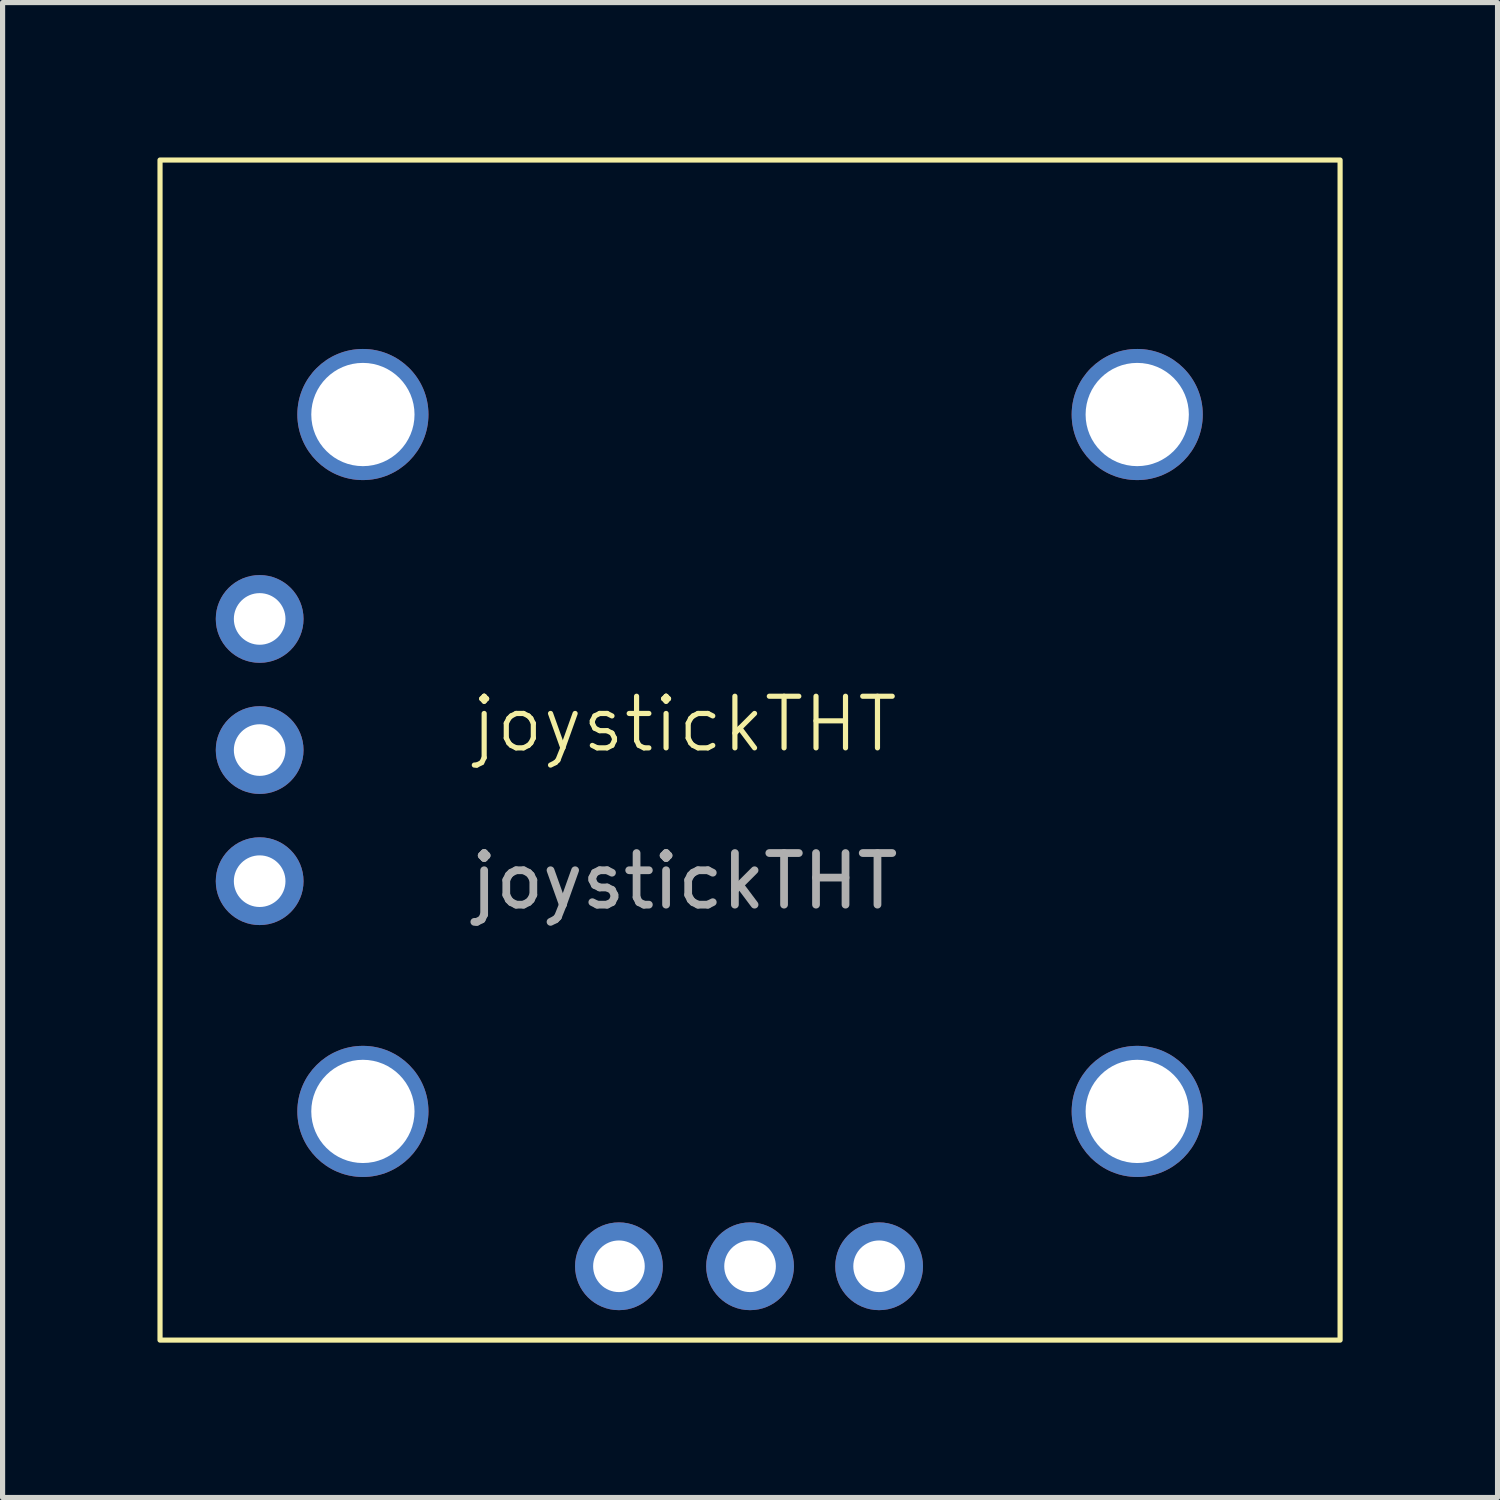
<source format=kicad_pcb>
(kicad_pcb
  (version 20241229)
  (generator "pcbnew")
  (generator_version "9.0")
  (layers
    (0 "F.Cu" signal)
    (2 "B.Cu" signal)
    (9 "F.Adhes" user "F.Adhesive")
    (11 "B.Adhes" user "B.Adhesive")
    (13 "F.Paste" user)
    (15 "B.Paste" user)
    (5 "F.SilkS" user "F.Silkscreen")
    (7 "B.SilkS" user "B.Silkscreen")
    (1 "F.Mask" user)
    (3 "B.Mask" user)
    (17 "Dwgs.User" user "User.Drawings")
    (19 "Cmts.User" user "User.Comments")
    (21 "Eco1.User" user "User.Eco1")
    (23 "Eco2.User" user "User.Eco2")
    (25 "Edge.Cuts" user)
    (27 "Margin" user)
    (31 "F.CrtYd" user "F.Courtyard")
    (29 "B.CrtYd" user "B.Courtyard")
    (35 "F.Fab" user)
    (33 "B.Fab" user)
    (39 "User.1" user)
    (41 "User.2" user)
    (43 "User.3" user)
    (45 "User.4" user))
  (footprint "joystickTHT"
    (layer "F.Cu")
    (at 11.48 11.48)
    (property "Reference" "joystickTHT" (at -1.27 -0.5 0) (unlocked yes) (layer "F.SilkS") (effects (font (size 1 1) (thickness 0.1))))
    (attr through_hole)
    (fp_rect (start -11.43 -11.43) (end 11.43 11.43) (stroke (width 0.1) (type default)) (fill no) (layer "F.SilkS"))
    (fp_text user "${REFERENCE}" (at -1.27 2.54 0) (unlocked yes) (layer "F.Fab") (effects (font (size 1 1) (thickness 0.15))))
    (pad "" np_thru_hole circle (at -7.5 -6.5) (size 2.54 2.54) (drill 2) (layers "*.Cu" "*.Mask"))
    (pad "" np_thru_hole circle (at -7.5 7) (size 2.54 2.54) (drill 2) (layers "*.Cu" "*.Mask"))
    (pad "" np_thru_hole circle (at 7.5 -6.5) (size 2.54 2.54) (drill 2) (layers "*.Cu" "*.Mask"))
    (pad "" np_thru_hole circle (at 7.5 7) (size 2.54 2.54) (drill 2) (layers "*.Cu" "*.Mask"))
    (pad "1" thru_hole circle (at -9.5 -2.54) (size 1.7 1.7) (drill 1) (layers "*.Cu" "*.Mask"))
    (pad "2" thru_hole circle (at -9.5 0) (size 1.7 1.7) (drill 1) (layers "*.Cu" "*.Mask"))
    (pad "3" thru_hole circle (at -9.5 2.54) (size 1.7 1.7) (drill 1) (layers "*.Cu" "*.Mask"))
    (pad "4" thru_hole circle (at -2.54 10) (size 1.7 1.7) (drill 1) (layers "*.Cu" "*.Mask"))
    (pad "5" thru_hole circle (at 0 10) (size 1.7 1.7) (drill 1) (layers "*.Cu" "*.Mask"))
    (pad "6" thru_hole circle (at 2.5 10) (size 1.7 1.7) (drill 1) (layers "*.Cu" "*.Mask")))
  (gr_rect
    (start -3 -3)
    (end 25.96 25.96)
    (stroke (width 0.1) (type default))
    (fill no)
    (layer "Edge.Cuts")))
</source>
